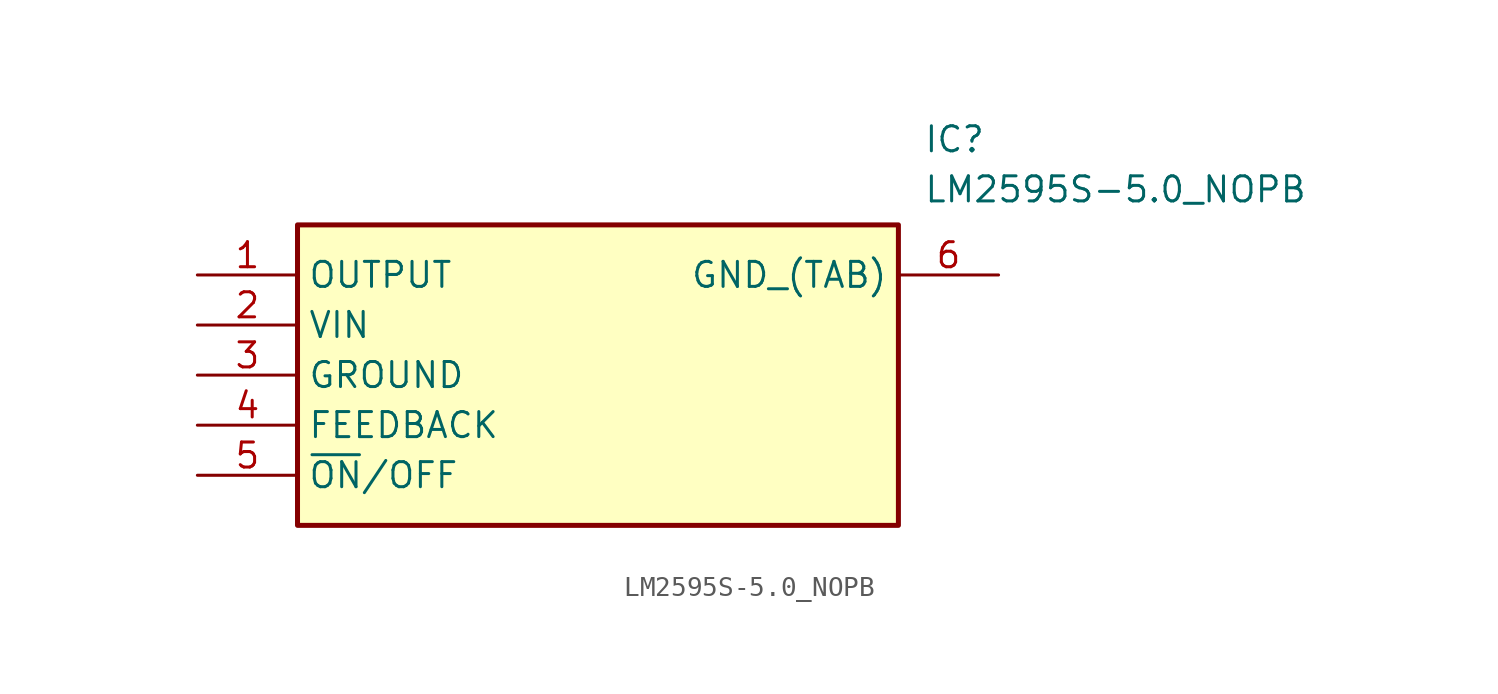
<source format=kicad_sym>
(kicad_symbol_lib
  (version 20211014)
  (generator SamacSys_ECAD_Model)
  (symbol "LM2595S-5.0_NOPB"
    (property "Reference" "IC"
      (at 36.83 7.62 0)
      (effects (font (size 1.27 1.27)) (justify left top)))
    (property "Value" "LM2595S-5.0_NOPB"
      (at 36.83 5.08 0)
      (effects (font (size 1.27 1.27)) (justify left top)))
    (rectangle
      (start 5.08 2.54)
      (end 35.56 -12.7)
      (stroke (width 0.254) (type default))
      (fill (type background)))
    (pin output line
      (at 0 0 0)
      (length 5.08)
      (name "OUTPUT" (effects (font (size 1.27 1.27))))
      (number "1" (effects (font (size 1.27 1.27)))))
    (pin input line
      (at 0 -2.54 0)
      (length 5.08)
      (name "VIN" (effects (font (size 1.27 1.27))))
      (number "2" (effects (font (size 1.27 1.27)))))
    (pin passive line
      (at 0 -5.08 0)
      (length 5.08)
      (name "GROUND" (effects (font (size 1.27 1.27))))
      (number "3" (effects (font (size 1.27 1.27)))))
    (pin passive line
      (at 0 -7.62 0)
      (length 5.08)
      (name "FEEDBACK" (effects (font (size 1.27 1.27))))
      (number "4" (effects (font (size 1.27 1.27)))))
    (pin passive line
      (at 0 -10.16 0)
      (length 5.08)
      (name "~{ON}/OFF" (effects (font (size 1.27 1.27))))
      (number "5" (effects (font (size 1.27 1.27)))))
    (pin power_in line
      (at 40.64 0 180)
      (length 5.08)
      (name "GND_(TAB)" (effects (font (size 1.27 1.27))))
      (number "6" (effects (font (size 1.27 1.27)))))))
</source>
